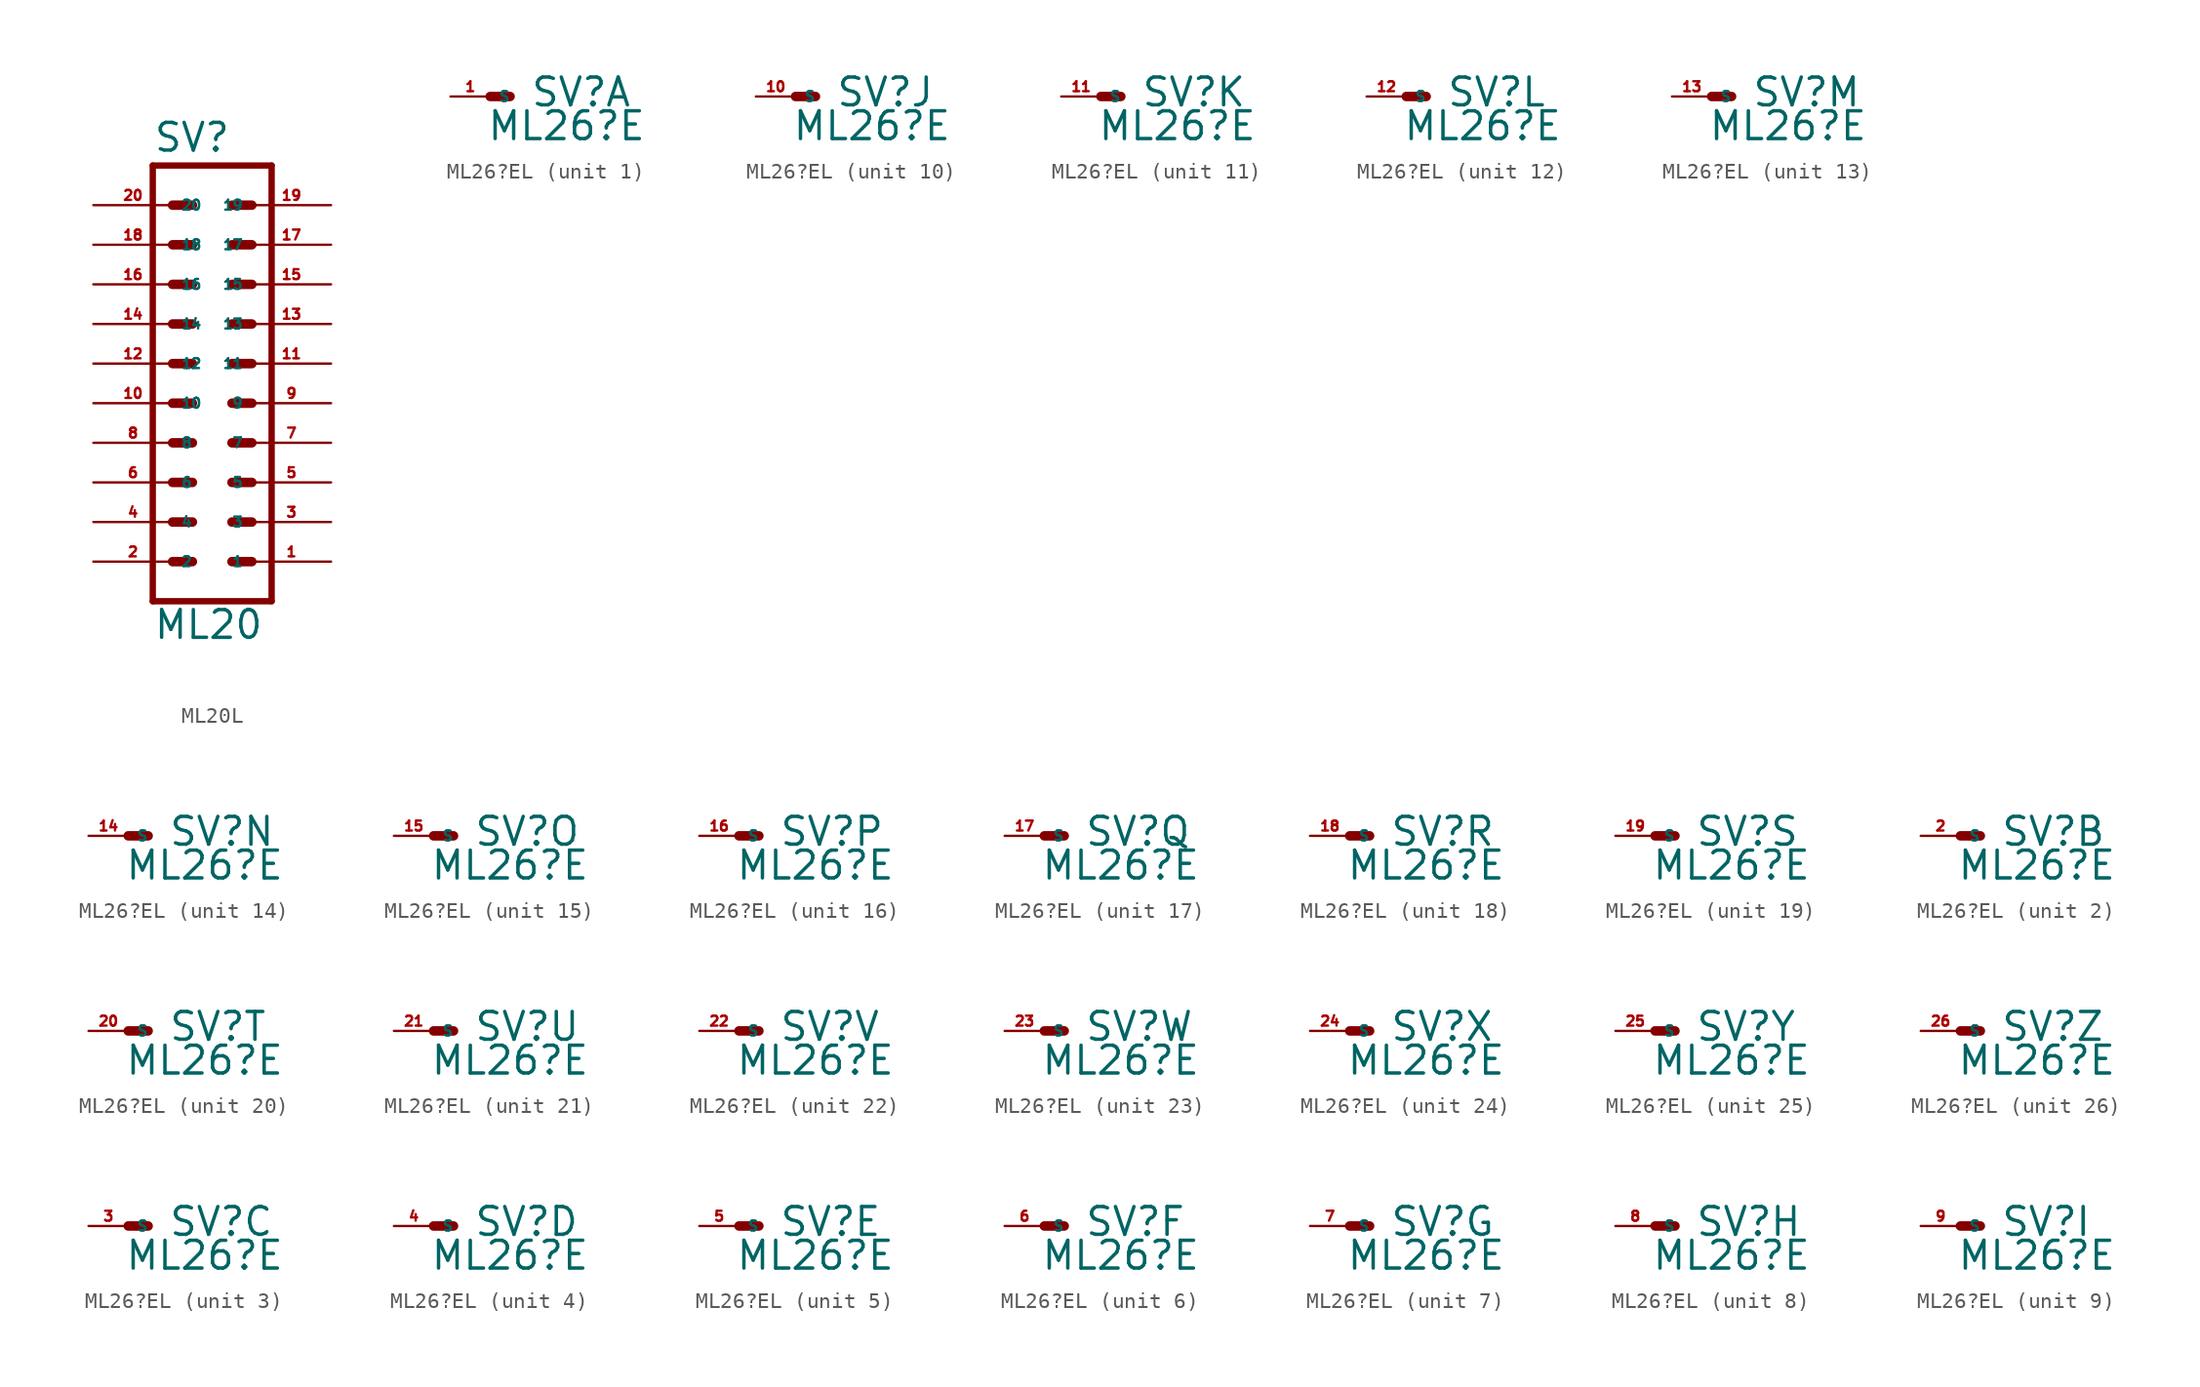
<source format=kicad_sym>
(kicad_symbol_lib
  (version 20220914)
  (generator Eagle2Kicad)
  (symbol "ML20L"
    (property "Reference" "SV"
      (at -3.81 13.462 0)
      (effects (font (size 1.778 1.778) (thickness 0.22)) (justify left bottom)))
    (property "Value" "ML20"
      (at -3.81 -17.78 0)
      (effects (font (size 1.778 1.778) (thickness 0.22)) (justify left bottom)))
    (polyline
      (pts (xy 3.81 -15.24) (xy -3.81 -15.24))
      (stroke (width 0.406) (type default))
      (fill (type none)))
    (polyline
      (pts (xy -3.81 12.7) (xy -3.81 -15.24))
      (stroke (width 0.406) (type default))
      (fill (type none)))
    (polyline
      (pts (xy -3.81 12.7) (xy 3.81 12.7))
      (stroke (width 0.406) (type default))
      (fill (type none)))
    (polyline
      (pts (xy 3.81 -15.24) (xy 3.81 12.7))
      (stroke (width 0.406) (type default))
      (fill (type none)))
    (polyline
      (pts (xy 1.27 -2.54) (xy 2.54 -2.54))
      (stroke (width 0.61) (type default))
      (fill (type none)))
    (polyline
      (pts (xy 1.27 -5.08) (xy 2.54 -5.08))
      (stroke (width 0.61) (type default))
      (fill (type none)))
    (polyline
      (pts (xy 1.27 -7.62) (xy 2.54 -7.62))
      (stroke (width 0.61) (type default))
      (fill (type none)))
    (polyline
      (pts (xy 1.27 -10.16) (xy 2.54 -10.16))
      (stroke (width 0.61) (type default))
      (fill (type none)))
    (polyline
      (pts (xy 1.27 -12.7) (xy 2.54 -12.7))
      (stroke (width 0.61) (type default))
      (fill (type none)))
    (polyline
      (pts (xy -2.54 -2.54) (xy -1.27 -2.54))
      (stroke (width 0.61) (type default))
      (fill (type none)))
    (polyline
      (pts (xy -2.54 -5.08) (xy -1.27 -5.08))
      (stroke (width 0.61) (type default))
      (fill (type none)))
    (polyline
      (pts (xy -2.54 -7.62) (xy -1.27 -7.62))
      (stroke (width 0.61) (type default))
      (fill (type none)))
    (polyline
      (pts (xy -2.54 -10.16) (xy -1.27 -10.16))
      (stroke (width 0.61) (type default))
      (fill (type none)))
    (polyline
      (pts (xy -2.54 -12.7) (xy -1.27 -12.7))
      (stroke (width 0.61) (type default))
      (fill (type none)))
    (polyline
      (pts (xy 1.27 0) (xy 2.54 0))
      (stroke (width 0.61) (type default))
      (fill (type none)))
    (polyline
      (pts (xy 1.27 2.54) (xy 2.54 2.54))
      (stroke (width 0.61) (type default))
      (fill (type none)))
    (polyline
      (pts (xy 1.27 5.08) (xy 2.54 5.08))
      (stroke (width 0.61) (type default))
      (fill (type none)))
    (polyline
      (pts (xy 1.27 7.62) (xy 2.54 7.62))
      (stroke (width 0.61) (type default))
      (fill (type none)))
    (polyline
      (pts (xy 1.27 10.16) (xy 2.54 10.16))
      (stroke (width 0.61) (type default))
      (fill (type none)))
    (polyline
      (pts (xy -2.54 0) (xy -1.27 0))
      (stroke (width 0.61) (type default))
      (fill (type none)))
    (polyline
      (pts (xy -2.54 2.54) (xy -1.27 2.54))
      (stroke (width 0.61) (type default))
      (fill (type none)))
    (polyline
      (pts (xy -2.54 5.08) (xy -1.27 5.08))
      (stroke (width 0.61) (type default))
      (fill (type none)))
    (polyline
      (pts (xy -2.54 7.62) (xy -1.27 7.62))
      (stroke (width 0.61) (type default))
      (fill (type none)))
    (polyline
      (pts (xy -2.54 10.16) (xy -1.27 10.16))
      (stroke (width 0.61) (type default))
      (fill (type none)))
    (pin passive line
      (at 7.62 -12.7 180)
      (length 5.08)
      (name "1" (effects (font (size 0.635 0.635) (thickness 0.08)) (justify left bottom)))
      (number "1" (effects (font (size 0.635 0.635) (thickness 0.08)) (justify left bottom))))
    (pin passive line
      (at 7.62 -10.16 180)
      (length 5.08)
      (name "3" (effects (font (size 0.635 0.635) (thickness 0.08)) (justify left bottom)))
      (number "3" (effects (font (size 0.635 0.635) (thickness 0.08)) (justify left bottom))))
    (pin passive line
      (at 7.62 -7.62 180)
      (length 5.08)
      (name "5" (effects (font (size 0.635 0.635) (thickness 0.08)) (justify left bottom)))
      (number "5" (effects (font (size 0.635 0.635) (thickness 0.08)) (justify left bottom))))
    (pin passive line
      (at 7.62 -5.08 180)
      (length 5.08)
      (name "7" (effects (font (size 0.635 0.635) (thickness 0.08)) (justify left bottom)))
      (number "7" (effects (font (size 0.635 0.635) (thickness 0.08)) (justify left bottom))))
    (pin passive line
      (at 7.62 -2.54 180)
      (length 5.08)
      (name "9" (effects (font (size 0.635 0.635) (thickness 0.08)) (justify left bottom)))
      (number "9" (effects (font (size 0.635 0.635) (thickness 0.08)) (justify left bottom))))
    (pin passive line
      (at 7.62 0 180)
      (length 5.08)
      (name "11" (effects (font (size 0.635 0.635) (thickness 0.08)) (justify left bottom)))
      (number "11" (effects (font (size 0.635 0.635) (thickness 0.08)) (justify left bottom))))
    (pin passive line
      (at 7.62 2.54 180)
      (length 5.08)
      (name "13" (effects (font (size 0.635 0.635) (thickness 0.08)) (justify left bottom)))
      (number "13" (effects (font (size 0.635 0.635) (thickness 0.08)) (justify left bottom))))
    (pin passive line
      (at 7.62 5.08 180)
      (length 5.08)
      (name "15" (effects (font (size 0.635 0.635) (thickness 0.08)) (justify left bottom)))
      (number "15" (effects (font (size 0.635 0.635) (thickness 0.08)) (justify left bottom))))
    (pin passive line
      (at 7.62 7.62 180)
      (length 5.08)
      (name "17" (effects (font (size 0.635 0.635) (thickness 0.08)) (justify left bottom)))
      (number "17" (effects (font (size 0.635 0.635) (thickness 0.08)) (justify left bottom))))
    (pin passive line
      (at 7.62 10.16 180)
      (length 5.08)
      (name "19" (effects (font (size 0.635 0.635) (thickness 0.08)) (justify left bottom)))
      (number "19" (effects (font (size 0.635 0.635) (thickness 0.08)) (justify left bottom))))
    (pin passive line
      (at -7.62 -12.7 0)
      (length 5.08)
      (name "2" (effects (font (size 0.635 0.635) (thickness 0.08)) (justify left bottom)))
      (number "2" (effects (font (size 0.635 0.635) (thickness 0.08)) (justify left bottom))))
    (pin passive line
      (at -7.62 -10.16 0)
      (length 5.08)
      (name "4" (effects (font (size 0.635 0.635) (thickness 0.08)) (justify left bottom)))
      (number "4" (effects (font (size 0.635 0.635) (thickness 0.08)) (justify left bottom))))
    (pin passive line
      (at -7.62 -7.62 0)
      (length 5.08)
      (name "6" (effects (font (size 0.635 0.635) (thickness 0.08)) (justify left bottom)))
      (number "6" (effects (font (size 0.635 0.635) (thickness 0.08)) (justify left bottom))))
    (pin passive line
      (at -7.62 -5.08 0)
      (length 5.08)
      (name "8" (effects (font (size 0.635 0.635) (thickness 0.08)) (justify left bottom)))
      (number "8" (effects (font (size 0.635 0.635) (thickness 0.08)) (justify left bottom))))
    (pin passive line
      (at -7.62 -2.54 0)
      (length 5.08)
      (name "10" (effects (font (size 0.635 0.635) (thickness 0.08)) (justify left bottom)))
      (number "10" (effects (font (size 0.635 0.635) (thickness 0.08)) (justify left bottom))))
    (pin passive line
      (at -7.62 0 0)
      (length 5.08)
      (name "12" (effects (font (size 0.635 0.635) (thickness 0.08)) (justify left bottom)))
      (number "12" (effects (font (size 0.635 0.635) (thickness 0.08)) (justify left bottom))))
    (pin passive line
      (at -7.62 2.54 0)
      (length 5.08)
      (name "14" (effects (font (size 0.635 0.635) (thickness 0.08)) (justify left bottom)))
      (number "14" (effects (font (size 0.635 0.635) (thickness 0.08)) (justify left bottom))))
    (pin passive line
      (at -7.62 5.08 0)
      (length 5.08)
      (name "16" (effects (font (size 0.635 0.635) (thickness 0.08)) (justify left bottom)))
      (number "16" (effects (font (size 0.635 0.635) (thickness 0.08)) (justify left bottom))))
    (pin passive line
      (at -7.62 7.62 0)
      (length 5.08)
      (name "18" (effects (font (size 0.635 0.635) (thickness 0.08)) (justify left bottom)))
      (number "18" (effects (font (size 0.635 0.635) (thickness 0.08)) (justify left bottom))))
    (pin passive line
      (at -7.62 10.16 0)
      (length 5.08)
      (name "20" (effects (font (size 0.635 0.635) (thickness 0.08)) (justify left bottom)))
      (number "20" (effects (font (size 0.635 0.635) (thickness 0.08)) (justify left bottom)))))
  (symbol "ML26?EL"
    (property "Reference" "SV"
      (at 2.54 -0.762 0)
      (effects (font (size 1.778 1.778) (thickness 0.22)) (justify left bottom)))
    (property "Value" "ML26?E"
      (at -0.254 -2.921 0)
      (effects (font (size 1.778 1.778) (thickness 0.22)) (justify left bottom)))
    (symbol "ML26?EL_1_0"
      (polyline (pts (xy 1.27 0) (xy 0 0)) (stroke (width 0.61) (type default)) (fill (type none)))
      (pin passive line (at -2.54 0 0) (length 2.54) (name "S" (effects (font (size 0.635 0.635) (thickness 0.08)) (justify left bottom))) (number "1" (effects (font (size 0.635 0.635) (thickness 0.08)) (justify left bottom)))))
    (symbol "ML26?EL_2_0"
      (polyline (pts (xy 1.27 0) (xy 0 0)) (stroke (width 0.61) (type default)) (fill (type none)))
      (pin passive line (at -2.54 0 0) (length 2.54) (name "S" (effects (font (size 0.635 0.635) (thickness 0.08)) (justify left bottom))) (number "2" (effects (font (size 0.635 0.635) (thickness 0.08)) (justify left bottom)))))
    (symbol "ML26?EL_3_0"
      (polyline (pts (xy 1.27 0) (xy 0 0)) (stroke (width 0.61) (type default)) (fill (type none)))
      (pin passive line (at -2.54 0 0) (length 2.54) (name "S" (effects (font (size 0.635 0.635) (thickness 0.08)) (justify left bottom))) (number "3" (effects (font (size 0.635 0.635) (thickness 0.08)) (justify left bottom)))))
    (symbol "ML26?EL_4_0"
      (polyline (pts (xy 1.27 0) (xy 0 0)) (stroke (width 0.61) (type default)) (fill (type none)))
      (pin passive line (at -2.54 0 0) (length 2.54) (name "S" (effects (font (size 0.635 0.635) (thickness 0.08)) (justify left bottom))) (number "4" (effects (font (size 0.635 0.635) (thickness 0.08)) (justify left bottom)))))
    (symbol "ML26?EL_5_0"
      (polyline (pts (xy 1.27 0) (xy 0 0)) (stroke (width 0.61) (type default)) (fill (type none)))
      (pin passive line (at -2.54 0 0) (length 2.54) (name "S" (effects (font (size 0.635 0.635) (thickness 0.08)) (justify left bottom))) (number "5" (effects (font (size 0.635 0.635) (thickness 0.08)) (justify left bottom)))))
    (symbol "ML26?EL_6_0"
      (polyline (pts (xy 1.27 0) (xy 0 0)) (stroke (width 0.61) (type default)) (fill (type none)))
      (pin passive line (at -2.54 0 0) (length 2.54) (name "S" (effects (font (size 0.635 0.635) (thickness 0.08)) (justify left bottom))) (number "6" (effects (font (size 0.635 0.635) (thickness 0.08)) (justify left bottom)))))
    (symbol "ML26?EL_7_0"
      (polyline (pts (xy 1.27 0) (xy 0 0)) (stroke (width 0.61) (type default)) (fill (type none)))
      (pin passive line (at -2.54 0 0) (length 2.54) (name "S" (effects (font (size 0.635 0.635) (thickness 0.08)) (justify left bottom))) (number "7" (effects (font (size 0.635 0.635) (thickness 0.08)) (justify left bottom)))))
    (symbol "ML26?EL_8_0"
      (polyline (pts (xy 1.27 0) (xy 0 0)) (stroke (width 0.61) (type default)) (fill (type none)))
      (pin passive line (at -2.54 0 0) (length 2.54) (name "S" (effects (font (size 0.635 0.635) (thickness 0.08)) (justify left bottom))) (number "8" (effects (font (size 0.635 0.635) (thickness 0.08)) (justify left bottom)))))
    (symbol "ML26?EL_9_0"
      (polyline (pts (xy 1.27 0) (xy 0 0)) (stroke (width 0.61) (type default)) (fill (type none)))
      (pin passive line (at -2.54 0 0) (length 2.54) (name "S" (effects (font (size 0.635 0.635) (thickness 0.08)) (justify left bottom))) (number "9" (effects (font (size 0.635 0.635) (thickness 0.08)) (justify left bottom)))))
    (symbol "ML26?EL_10_0"
      (polyline (pts (xy 1.27 0) (xy 0 0)) (stroke (width 0.61) (type default)) (fill (type none)))
      (pin passive line (at -2.54 0 0) (length 2.54) (name "S" (effects (font (size 0.635 0.635) (thickness 0.08)) (justify left bottom))) (number "10" (effects (font (size 0.635 0.635) (thickness 0.08)) (justify left bottom)))))
    (symbol "ML26?EL_11_0"
      (polyline (pts (xy 1.27 0) (xy 0 0)) (stroke (width 0.61) (type default)) (fill (type none)))
      (pin passive line (at -2.54 0 0) (length 2.54) (name "S" (effects (font (size 0.635 0.635) (thickness 0.08)) (justify left bottom))) (number "11" (effects (font (size 0.635 0.635) (thickness 0.08)) (justify left bottom)))))
    (symbol "ML26?EL_12_0"
      (polyline (pts (xy 1.27 0) (xy 0 0)) (stroke (width 0.61) (type default)) (fill (type none)))
      (pin passive line (at -2.54 0 0) (length 2.54) (name "S" (effects (font (size 0.635 0.635) (thickness 0.08)) (justify left bottom))) (number "12" (effects (font (size 0.635 0.635) (thickness 0.08)) (justify left bottom)))))
    (symbol "ML26?EL_13_0"
      (polyline (pts (xy 1.27 0) (xy 0 0)) (stroke (width 0.61) (type default)) (fill (type none)))
      (pin passive line (at -2.54 0 0) (length 2.54) (name "S" (effects (font (size 0.635 0.635) (thickness 0.08)) (justify left bottom))) (number "13" (effects (font (size 0.635 0.635) (thickness 0.08)) (justify left bottom)))))
    (symbol "ML26?EL_14_0"
      (polyline (pts (xy 1.27 0) (xy 0 0)) (stroke (width 0.61) (type default)) (fill (type none)))
      (pin passive line (at -2.54 0 0) (length 2.54) (name "S" (effects (font (size 0.635 0.635) (thickness 0.08)) (justify left bottom))) (number "14" (effects (font (size 0.635 0.635) (thickness 0.08)) (justify left bottom)))))
    (symbol "ML26?EL_15_0"
      (polyline (pts (xy 1.27 0) (xy 0 0)) (stroke (width 0.61) (type default)) (fill (type none)))
      (pin passive line (at -2.54 0 0) (length 2.54) (name "S" (effects (font (size 0.635 0.635) (thickness 0.08)) (justify left bottom))) (number "15" (effects (font (size 0.635 0.635) (thickness 0.08)) (justify left bottom)))))
    (symbol "ML26?EL_16_0"
      (polyline (pts (xy 1.27 0) (xy 0 0)) (stroke (width 0.61) (type default)) (fill (type none)))
      (pin passive line (at -2.54 0 0) (length 2.54) (name "S" (effects (font (size 0.635 0.635) (thickness 0.08)) (justify left bottom))) (number "16" (effects (font (size 0.635 0.635) (thickness 0.08)) (justify left bottom)))))
    (symbol "ML26?EL_17_0"
      (polyline (pts (xy 1.27 0) (xy 0 0)) (stroke (width 0.61) (type default)) (fill (type none)))
      (pin passive line (at -2.54 0 0) (length 2.54) (name "S" (effects (font (size 0.635 0.635) (thickness 0.08)) (justify left bottom))) (number "17" (effects (font (size 0.635 0.635) (thickness 0.08)) (justify left bottom)))))
    (symbol "ML26?EL_18_0"
      (polyline (pts (xy 1.27 0) (xy 0 0)) (stroke (width 0.61) (type default)) (fill (type none)))
      (pin passive line (at -2.54 0 0) (length 2.54) (name "S" (effects (font (size 0.635 0.635) (thickness 0.08)) (justify left bottom))) (number "18" (effects (font (size 0.635 0.635) (thickness 0.08)) (justify left bottom)))))
    (symbol "ML26?EL_19_0"
      (polyline (pts (xy 1.27 0) (xy 0 0)) (stroke (width 0.61) (type default)) (fill (type none)))
      (pin passive line (at -2.54 0 0) (length 2.54) (name "S" (effects (font (size 0.635 0.635) (thickness 0.08)) (justify left bottom))) (number "19" (effects (font (size 0.635 0.635) (thickness 0.08)) (justify left bottom)))))
    (symbol "ML26?EL_20_0"
      (polyline (pts (xy 1.27 0) (xy 0 0)) (stroke (width 0.61) (type default)) (fill (type none)))
      (pin passive line (at -2.54 0 0) (length 2.54) (name "S" (effects (font (size 0.635 0.635) (thickness 0.08)) (justify left bottom))) (number "20" (effects (font (size 0.635 0.635) (thickness 0.08)) (justify left bottom)))))
    (symbol "ML26?EL_21_0"
      (polyline (pts (xy 1.27 0) (xy 0 0)) (stroke (width 0.61) (type default)) (fill (type none)))
      (pin passive line (at -2.54 0 0) (length 2.54) (name "S" (effects (font (size 0.635 0.635) (thickness 0.08)) (justify left bottom))) (number "21" (effects (font (size 0.635 0.635) (thickness 0.08)) (justify left bottom)))))
    (symbol "ML26?EL_22_0"
      (polyline (pts (xy 1.27 0) (xy 0 0)) (stroke (width 0.61) (type default)) (fill (type none)))
      (pin passive line (at -2.54 0 0) (length 2.54) (name "S" (effects (font (size 0.635 0.635) (thickness 0.08)) (justify left bottom))) (number "22" (effects (font (size 0.635 0.635) (thickness 0.08)) (justify left bottom)))))
    (symbol "ML26?EL_23_0"
      (polyline (pts (xy 1.27 0) (xy 0 0)) (stroke (width 0.61) (type default)) (fill (type none)))
      (pin passive line (at -2.54 0 0) (length 2.54) (name "S" (effects (font (size 0.635 0.635) (thickness 0.08)) (justify left bottom))) (number "23" (effects (font (size 0.635 0.635) (thickness 0.08)) (justify left bottom)))))
    (symbol "ML26?EL_24_0"
      (polyline (pts (xy 1.27 0) (xy 0 0)) (stroke (width 0.61) (type default)) (fill (type none)))
      (pin passive line (at -2.54 0 0) (length 2.54) (name "S" (effects (font (size 0.635 0.635) (thickness 0.08)) (justify left bottom))) (number "24" (effects (font (size 0.635 0.635) (thickness 0.08)) (justify left bottom)))))
    (symbol "ML26?EL_25_0"
      (polyline (pts (xy 1.27 0) (xy 0 0)) (stroke (width 0.61) (type default)) (fill (type none)))
      (pin passive line (at -2.54 0 0) (length 2.54) (name "S" (effects (font (size 0.635 0.635) (thickness 0.08)) (justify left bottom))) (number "25" (effects (font (size 0.635 0.635) (thickness 0.08)) (justify left bottom)))))
    (symbol "ML26?EL_26_0"
      (polyline (pts (xy 1.27 0) (xy 0 0)) (stroke (width 0.61) (type default)) (fill (type none)))
      (pin passive line (at -2.54 0 0) (length 2.54) (name "S" (effects (font (size 0.635 0.635) (thickness 0.08)) (justify left bottom))) (number "26" (effects (font (size 0.635 0.635) (thickness 0.08)) (justify left bottom)))))))
</source>
